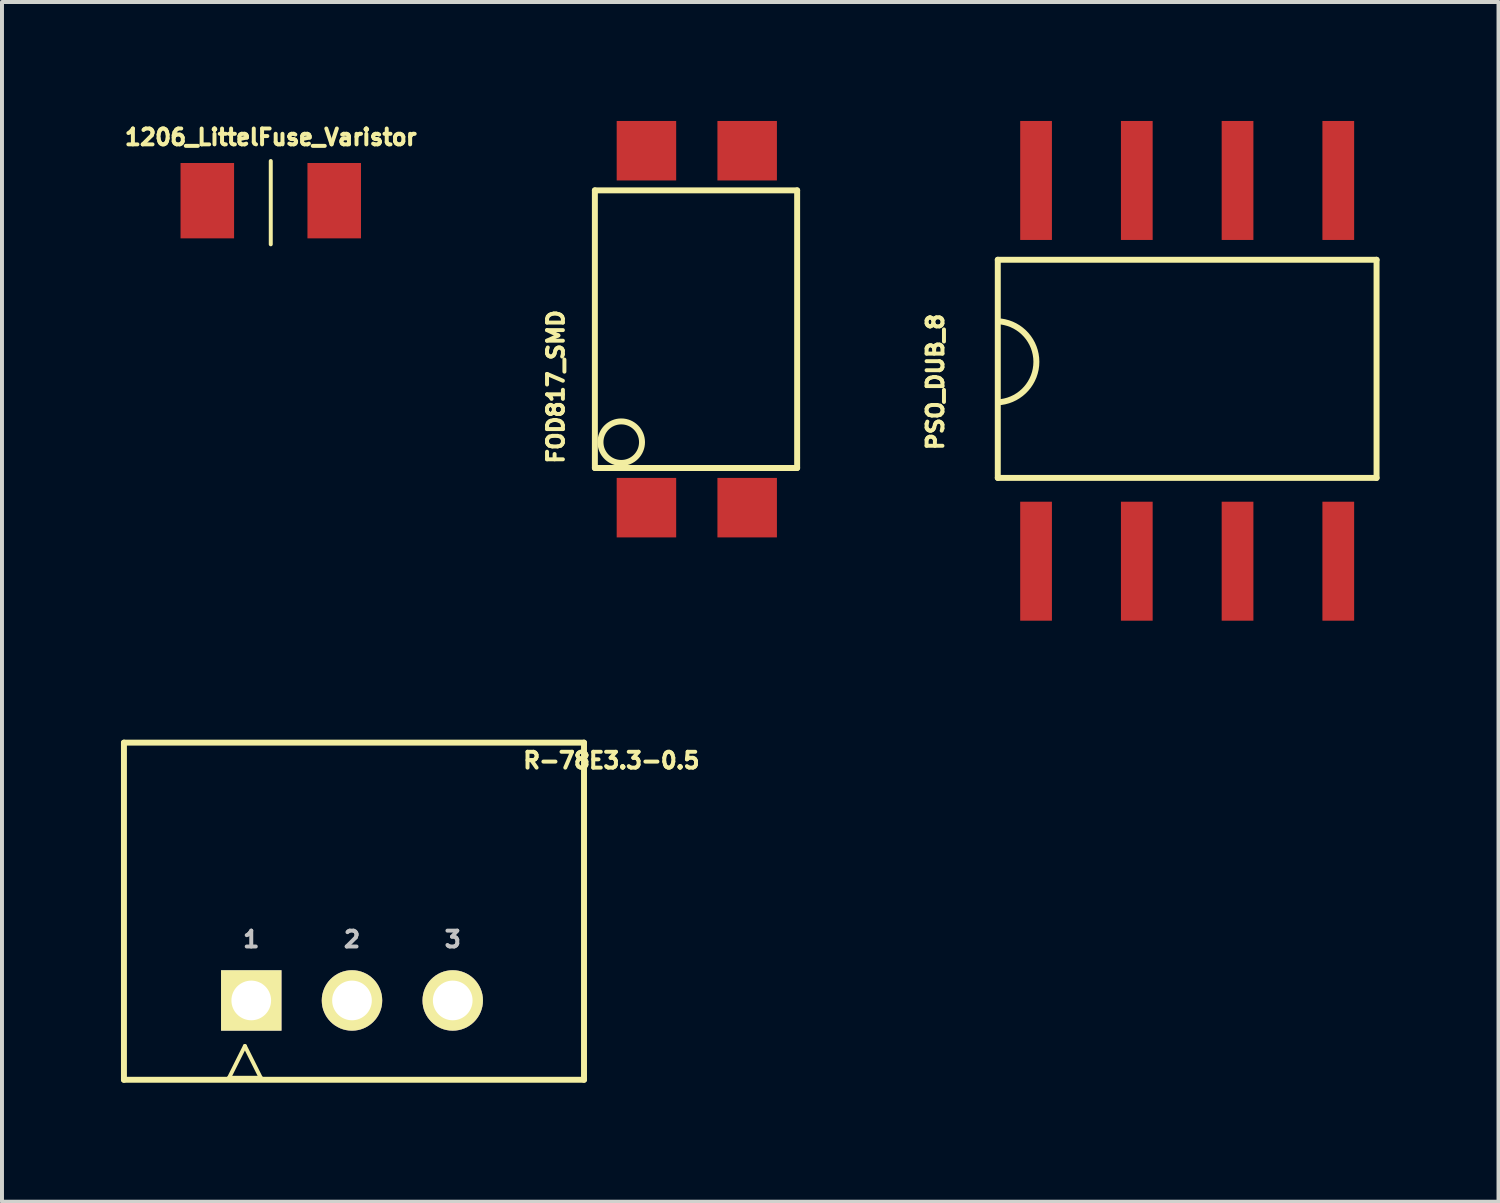
<source format=kicad_pcb>
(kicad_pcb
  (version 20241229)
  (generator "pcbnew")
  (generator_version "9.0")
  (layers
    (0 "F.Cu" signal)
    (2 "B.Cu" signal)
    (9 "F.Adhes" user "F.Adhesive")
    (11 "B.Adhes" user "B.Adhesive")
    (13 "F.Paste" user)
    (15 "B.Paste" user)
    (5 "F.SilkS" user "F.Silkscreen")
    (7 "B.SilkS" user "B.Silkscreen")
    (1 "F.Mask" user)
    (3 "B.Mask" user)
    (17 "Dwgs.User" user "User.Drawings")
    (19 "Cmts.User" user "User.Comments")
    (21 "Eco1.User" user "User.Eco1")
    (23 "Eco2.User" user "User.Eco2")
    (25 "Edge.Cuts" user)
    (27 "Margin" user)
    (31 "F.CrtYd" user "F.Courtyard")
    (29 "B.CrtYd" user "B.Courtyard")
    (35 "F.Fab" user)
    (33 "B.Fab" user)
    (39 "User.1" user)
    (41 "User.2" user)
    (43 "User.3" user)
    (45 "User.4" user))
  (footprint "PSO_DUB_8"
    (layer "F.Cu")
    (at 23.073 1.5)
    (property "Reference" "PSO_DUB_8" (at -2.54 5.08 270) (layer "F.SilkS") (effects (font (size 0.4 0.4) (thickness 0.1))))
    (attr through_hole)
    (fp_line (start -0.965 2) (end -0.965 7.5) (stroke (width 0.15) (type solid)) (layer "F.SilkS"))
    (fp_line (start -0.965 7.5) (end 8.585 7.5) (stroke (width 0.15) (type solid)) (layer "F.SilkS"))
    (fp_line (start 8.585 2) (end -0.965 2) (stroke (width 0.15) (type solid)) (layer "F.SilkS"))
    (fp_line (start 8.585 7.5) (end 8.585 2) (stroke (width 0.15) (type solid)) (layer "F.SilkS"))
    (fp_arc (start -0.889 3.556) (mid 0.007907 4.572) (end -0.889001 5.588) (stroke (width 0.15) (type solid)) (layer "F.SilkS"))
    (pad "1" smd rect (at 0 9.6) (size 0.8 3) (layers "F.Cu" "F.Mask" "F.Paste"))
    (pad "2" smd rect (at 2.54 9.6) (size 0.8 3) (layers "F.Cu" "F.Mask" "F.Paste"))
    (pad "3" smd rect (at 5.08 9.6) (size 0.8 3) (layers "F.Cu" "F.Mask" "F.Paste"))
    (pad "4" smd rect (at 7.62 9.6) (size 0.8 3) (layers "F.Cu" "F.Mask" "F.Paste"))
    (pad "5" smd rect (at 7.62 0) (size 0.8 3) (layers "F.Cu" "F.Mask" "F.Paste"))
    (pad "6" smd rect (at 5.08 0) (size 0.8 3) (layers "F.Cu" "F.Mask" "F.Paste"))
    (pad "7" smd rect (at 2.54 0) (size 0.8 3) (layers "F.Cu" "F.Mask" "F.Paste"))
    (pad "8" smd rect (at 0 0) (size 0.8 3) (layers "F.Cu" "F.Mask" "F.Paste")))
  (footprint "FOD817_SMD"
    (layer "F.Cu")
    (at 13.249 9.75)
    (property "Reference" "FOD817_SMD" (at -2.286 -3.048 90) (layer "F.SilkS") (effects (font (size 0.4 0.4) (thickness 0.1))))
    (attr through_hole)
    (fp_line (start -1.3 -8) (end 3.8 -8) (stroke (width 0.15) (type solid)) (layer "F.SilkS"))
    (fp_line (start -1.3 -1) (end -1.3 -8) (stroke (width 0.15) (type solid)) (layer "F.SilkS"))
    (fp_line (start -1.3 -1) (end 3.8 -1) (stroke (width 0.15) (type solid)) (layer "F.SilkS"))
    (fp_line (start 3.8 -1) (end 3.8 -8) (stroke (width 0.15) (type solid)) (layer "F.SilkS"))
    (fp_circle (center -0.635 -1.651) (end -0.508 -2.159) (stroke (width 0.15) (type solid)) (fill no) (layer "F.SilkS"))
    (pad "1" smd rect (at 0 0) (size 1.5 1.5) (layers "F.Cu" "F.Mask" "F.Paste"))
    (pad "2" smd rect (at 2.54 0) (size 1.5 1.5) (layers "F.Cu" "F.Mask" "F.Paste"))
    (pad "3" smd rect (at 2.54 -9) (size 1.5 1.5) (layers "F.Cu" "F.Mask" "F.Paste"))
    (pad "4" smd rect (at 0 -9) (size 1.5 1.5) (layers "F.Cu" "F.Mask" "F.Paste")))
  (footprint "R-78E3.3-0.5"
    (layer "F.Cu")
    (at 5.825 19.925)
    (property "Reference" "R-78E3.3-0.5" (at 6.54 -3.8 0) (layer "F.SilkS") (effects (font (size 0.4 0.4) (thickness 0.1))))
    (attr through_hole)
    (fp_line (start -5.75 -4.25) (end 5.85 -4.25) (stroke (width 0.15) (type solid)) (layer "F.SilkS"))
    (fp_line (start -5.75 4.25) (end -5.75 -4.25) (stroke (width 0.15) (type solid)) (layer "F.SilkS"))
    (fp_line (start -5.75 4.25) (end 5.85 4.25) (stroke (width 0.15) (type solid)) (layer "F.SilkS"))
    (fp_line (start -3.1 4.2) (end -2.7 3.4) (stroke (width 0.1) (type solid)) (layer "F.SilkS"))
    (fp_line (start -2.7 3.4) (end -2.3 4.2) (stroke (width 0.1) (type solid)) (layer "F.SilkS"))
    (fp_line (start -2.3 4.2) (end -3.1 4.2) (stroke (width 0.1) (type solid)) (layer "F.SilkS"))
    (fp_line (start 5.85 4.25) (end 5.85 -4.25) (stroke (width 0.15) (type solid)) (layer "F.SilkS"))
    (fp_text user "1" (at -2.54 0.71 0) (layer "Dwgs.User") (effects (font (size 0.4 0.4) (thickness 0.1))))
    (fp_text user "2" (at 0 0.71 0) (layer "Dwgs.User") (effects (font (size 0.4 0.4) (thickness 0.1))))
    (fp_text user "3" (at 2.54 0.71 0) (layer "Dwgs.User") (effects (font (size 0.4 0.4) (thickness 0.1))))
    (pad "1" thru_hole trapezoid (at -2.54 2.25) (size 1.524 1.524) (drill 1) (layers "*.Cu" "*.Mask" "F.SilkS"))
    (pad "2" thru_hole circle (at 0 2.25) (size 1.524 1.524) (drill 1) (layers "*.Cu" "*.Mask" "F.SilkS"))
    (pad "3" thru_hole circle (at 2.54 2.25) (size 1.524 1.524) (drill 1) (layers "*.Cu" "*.Mask" "F.SilkS")))
  (footprint "1206_LittelFuse_Varistor"
    (layer "F.Cu")
    (at 3.777 2.01)
    (property "Reference" "1206_LittelFuse_Varistor" (at 0 -1.6 180) (layer "F.SilkS") (effects (font (size 0.4 0.4) (thickness 0.1))))
    (attr through_hole)
    (fp_line (start 0 -1) (end 0 1.1) (stroke (width 0.1) (type solid)) (layer "F.SilkS"))
    (pad "1" smd rect (at -1.6 0) (size 1.35 1.9) (layers "F.Cu" "F.Mask" "F.Paste"))
    (pad "2" smd rect (at 1.6 0) (size 1.35 1.9) (layers "F.Cu" "F.Mask" "F.Paste")))
  (gr_rect
    (start -3 -3)
    (end 34.733 27.25)
    (stroke (width 0.1) (type default))
    (fill no)
    (layer "Edge.Cuts")))
</source>
